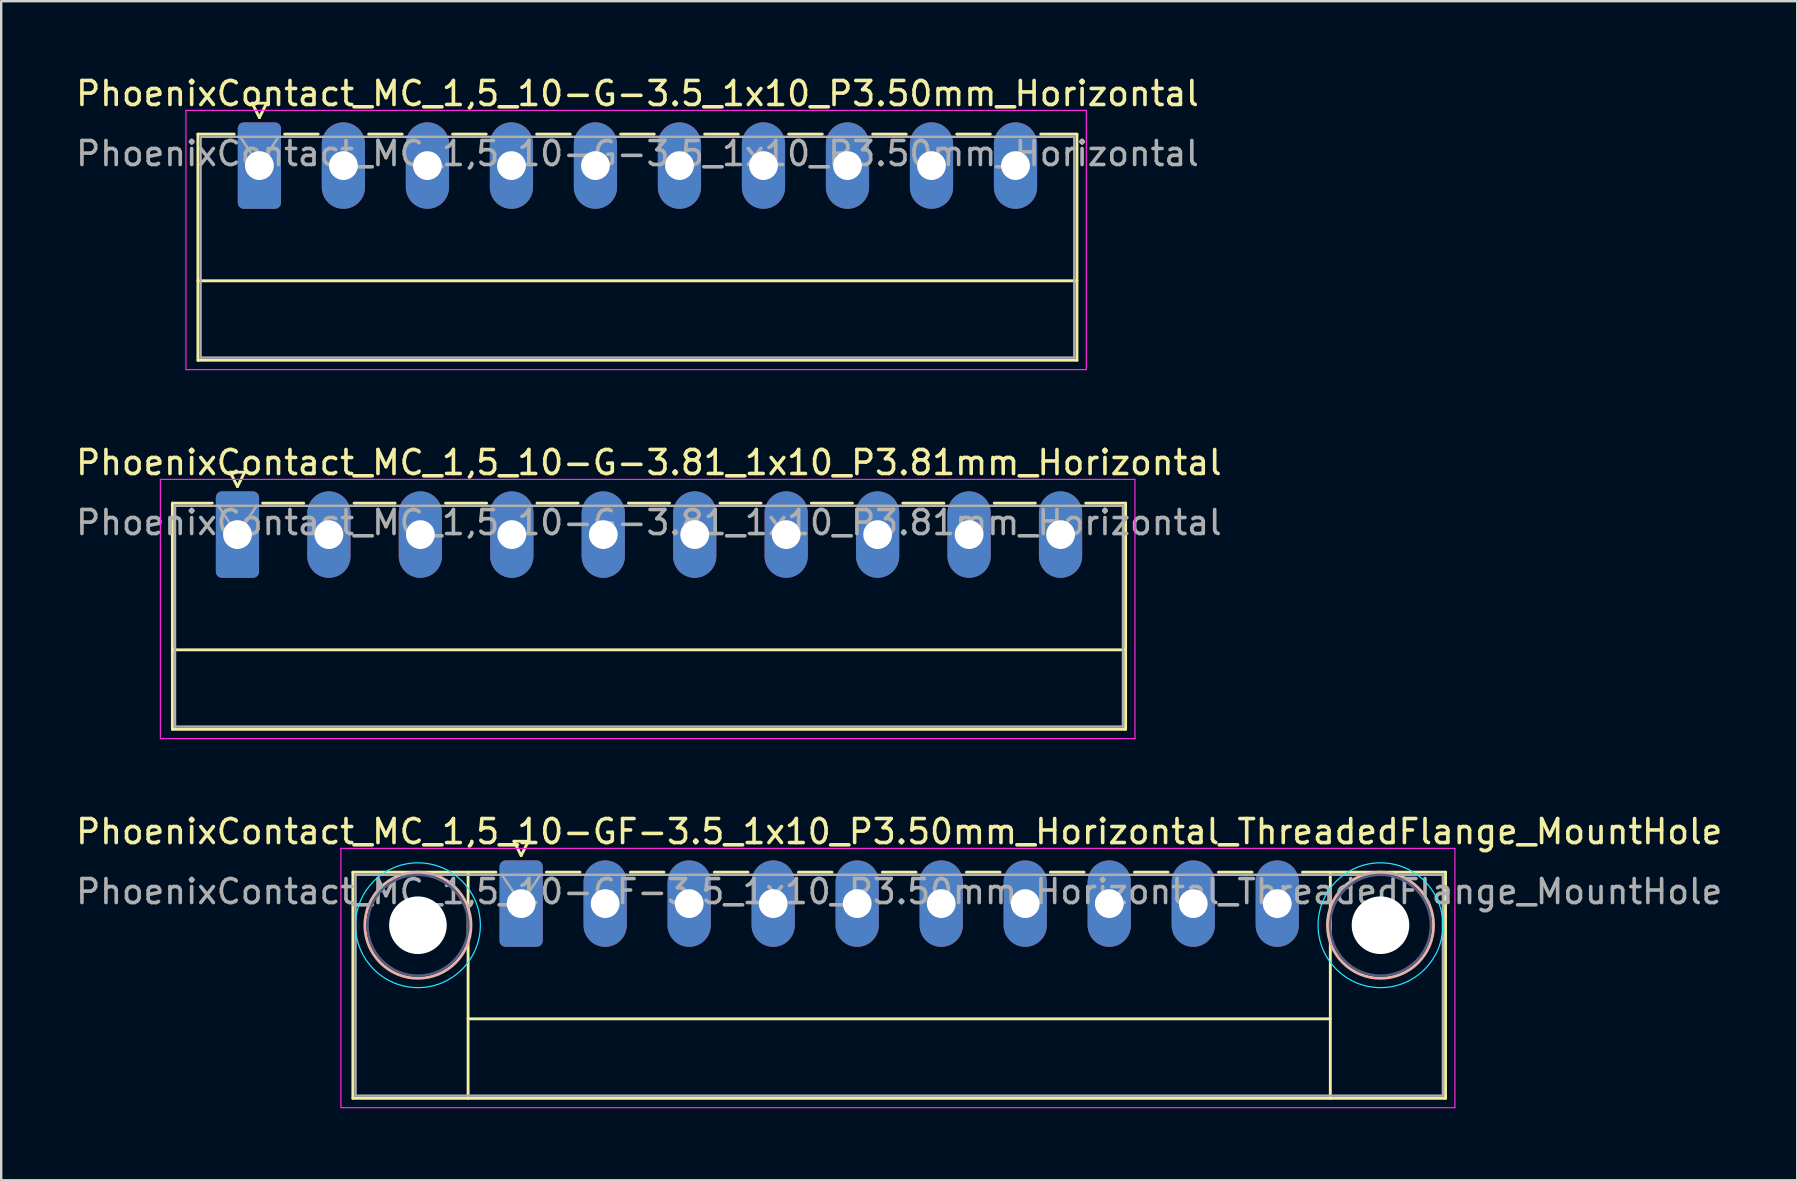
<source format=kicad_pcb>
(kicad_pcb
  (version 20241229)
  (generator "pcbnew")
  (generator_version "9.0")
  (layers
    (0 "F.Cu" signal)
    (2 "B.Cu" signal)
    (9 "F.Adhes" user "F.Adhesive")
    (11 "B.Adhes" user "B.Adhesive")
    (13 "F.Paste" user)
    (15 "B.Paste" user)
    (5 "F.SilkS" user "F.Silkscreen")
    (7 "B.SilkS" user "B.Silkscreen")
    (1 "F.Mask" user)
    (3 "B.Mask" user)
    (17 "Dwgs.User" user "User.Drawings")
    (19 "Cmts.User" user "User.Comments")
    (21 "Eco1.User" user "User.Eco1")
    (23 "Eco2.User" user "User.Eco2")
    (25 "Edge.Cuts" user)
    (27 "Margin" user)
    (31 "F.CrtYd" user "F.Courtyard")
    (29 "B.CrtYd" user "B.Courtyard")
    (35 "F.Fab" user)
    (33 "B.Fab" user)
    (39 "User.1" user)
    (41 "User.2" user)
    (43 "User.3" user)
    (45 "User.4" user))
  (footprint "PhoenixContact_MC_1,5_10-GF-3.5_1x10_P3.50mm_Horizontal_ThreadedFlange_MountHole"
    (layer "F.Cu")
    (at 18.661 34.595)
    (property "Reference" "PhoenixContact_MC_1,5_10-GF-3.5_1x10_P3.50mm_Horizontal_ThreadedFlange_MountHole" (at 15.75 -3 0) (layer "F.SilkS") (effects (font (size 1 1) (thickness 0.15))))
    (attr through_hole)
    (fp_line (start -7.01 -1.31) (end -7.01 8.11) (stroke (width 0.12) (type solid)) (layer "F.SilkS"))
    (fp_line (start -7.01 -1.31) (end -1.05 -1.31) (stroke (width 0.12) (type solid)) (layer "F.SilkS"))
    (fp_line (start -7.01 8.11) (end 38.51 8.11) (stroke (width 0.12) (type solid)) (layer "F.SilkS"))
    (fp_line (start -2.21 -1.31) (end -2.21 8.11) (stroke (width 0.12) (type solid)) (layer "F.SilkS"))
    (fp_line (start -2.21 4.8) (end 33.71 4.8) (stroke (width 0.12) (type solid)) (layer "F.SilkS"))
    (fp_line (start -0.3 -2.6) (end 0.3 -2.6) (stroke (width 0.12) (type solid)) (layer "F.SilkS"))
    (fp_line (start 0 -2) (end -0.3 -2.6) (stroke (width 0.12) (type solid)) (layer "F.SilkS"))
    (fp_line (start 0.3 -2.6) (end 0 -2) (stroke (width 0.12) (type solid)) (layer "F.SilkS"))
    (fp_line (start 1.05 -1.31) (end 2.45 -1.31) (stroke (width 0.12) (type solid)) (layer "F.SilkS"))
    (fp_line (start 4.55 -1.31) (end 5.95 -1.31) (stroke (width 0.12) (type solid)) (layer "F.SilkS"))
    (fp_line (start 8.05 -1.31) (end 9.45 -1.31) (stroke (width 0.12) (type solid)) (layer "F.SilkS"))
    (fp_line (start 11.55 -1.31) (end 12.95 -1.31) (stroke (width 0.12) (type solid)) (layer "F.SilkS"))
    (fp_line (start 15.05 -1.31) (end 16.45 -1.31) (stroke (width 0.12) (type solid)) (layer "F.SilkS"))
    (fp_line (start 18.55 -1.31) (end 19.95 -1.31) (stroke (width 0.12) (type solid)) (layer "F.SilkS"))
    (fp_line (start 22.05 -1.31) (end 23.45 -1.31) (stroke (width 0.12) (type solid)) (layer "F.SilkS"))
    (fp_line (start 25.55 -1.31) (end 26.95 -1.31) (stroke (width 0.12) (type solid)) (layer "F.SilkS"))
    (fp_line (start 29.05 -1.31) (end 30.45 -1.31) (stroke (width 0.12) (type solid)) (layer "F.SilkS"))
    (fp_line (start 33.71 -1.31) (end 33.71 8.11) (stroke (width 0.12) (type solid)) (layer "F.SilkS"))
    (fp_line (start 38.51 -1.31) (end 32.55 -1.31) (stroke (width 0.12) (type solid)) (layer "F.SilkS"))
    (fp_line (start 38.51 8.11) (end 38.51 -1.31) (stroke (width 0.12) (type solid)) (layer "F.SilkS"))
    (fp_circle (center -4.3 0.9) (end -2.09 0.9) (stroke (width 0.12) (type solid)) (fill no) (layer "B.SilkS"))
    (fp_circle (center 35.8 0.9) (end 38.01 0.9) (stroke (width 0.12) (type solid)) (fill no) (layer "B.SilkS"))
    (fp_circle (center -4.3 0.9) (end -1.7 0.9) (stroke (width 0.05) (type solid)) (fill no) (layer "B.CrtYd"))
    (fp_circle (center 35.8 0.9) (end 38.4 0.9) (stroke (width 0.05) (type solid)) (fill no) (layer "B.CrtYd"))
    (fp_line (start -7.51 -2.3) (end -7.51 8.5) (stroke (width 0.05) (type solid)) (layer "F.CrtYd"))
    (fp_line (start -7.51 8.5) (end 38.9 8.5) (stroke (width 0.05) (type solid)) (layer "F.CrtYd"))
    (fp_line (start 38.9 -2.3) (end -7.51 -2.3) (stroke (width 0.05) (type solid)) (layer "F.CrtYd"))
    (fp_line (start 38.9 8.5) (end 38.9 -2.3) (stroke (width 0.05) (type solid)) (layer "F.CrtYd"))
    (fp_circle (center -4.3 0.9) (end -2.2 0.9) (stroke (width 0.1) (type solid)) (fill no) (layer "B.Fab"))
    (fp_circle (center 35.8 0.9) (end 37.9 0.9) (stroke (width 0.1) (type solid)) (fill no) (layer "B.Fab"))
    (fp_line (start -6.9 -1.2) (end -6.9 8) (stroke (width 0.1) (type solid)) (layer "F.Fab"))
    (fp_line (start -6.9 8) (end 38.4 8) (stroke (width 0.1) (type solid)) (layer "F.Fab"))
    (fp_line (start 0 0) (end -0.8 -1.2) (stroke (width 0.1) (type solid)) (layer "F.Fab"))
    (fp_line (start 0.8 -1.2) (end 0 0) (stroke (width 0.1) (type solid)) (layer "F.Fab"))
    (fp_line (start 38.4 -1.2) (end -6.9 -1.2) (stroke (width 0.1) (type solid)) (layer "F.Fab"))
    (fp_line (start 38.4 8) (end 38.4 -1.2) (stroke (width 0.1) (type solid)) (layer "F.Fab"))
    (fp_text user "${REFERENCE}" (at 15.75 -0.5 0) (layer "F.Fab") (effects (font (size 1 1) (thickness 0.15))))
    (pad "" np_thru_hole circle (at -4.3 0.9) (size 2.4 2.4) (drill 2.4) (layers "*.Cu" "*.Mask"))
    (pad "" np_thru_hole circle (at 35.8 0.9) (size 2.4 2.4) (drill 2.4) (layers "*.Cu" "*.Mask"))
    (pad "1" thru_hole roundrect (at 0 0) (size 1.8 3.6) (drill 1.2) (layers "*.Cu" "*.Mask") (roundrect_rratio 0.139))
    (pad "2" thru_hole oval (at 3.5 0) (size 1.8 3.6) (drill 1.2) (layers "*.Cu" "*.Mask"))
    (pad "3" thru_hole oval (at 7 0) (size 1.8 3.6) (drill 1.2) (layers "*.Cu" "*.Mask"))
    (pad "4" thru_hole oval (at 10.5 0) (size 1.8 3.6) (drill 1.2) (layers "*.Cu" "*.Mask"))
    (pad "5" thru_hole oval (at 14 0) (size 1.8 3.6) (drill 1.2) (layers "*.Cu" "*.Mask"))
    (pad "6" thru_hole oval (at 17.5 0) (size 1.8 3.6) (drill 1.2) (layers "*.Cu" "*.Mask"))
    (pad "7" thru_hole oval (at 21 0) (size 1.8 3.6) (drill 1.2) (layers "*.Cu" "*.Mask"))
    (pad "8" thru_hole oval (at 24.5 0) (size 1.8 3.6) (drill 1.2) (layers "*.Cu" "*.Mask"))
    (pad "9" thru_hole oval (at 28 0) (size 1.8 3.6) (drill 1.2) (layers "*.Cu" "*.Mask"))
    (pad "10" thru_hole oval (at 31.5 0) (size 1.8 3.6) (drill 1.2) (layers "*.Cu" "*.Mask")))
  (footprint "PhoenixContact_MC_1,5_10-G-3.5_1x10_P3.50mm_Horizontal"
    (layer "F.Cu")
    (at 7.756 3.848)
    (property "Reference" "PhoenixContact_MC_1,5_10-G-3.5_1x10_P3.50mm_Horizontal" (at 15.75 -3 0) (layer "F.SilkS") (effects (font (size 1 1) (thickness 0.15))))
    (attr through_hole)
    (fp_line (start -2.56 -1.31) (end -2.56 8.11) (stroke (width 0.12) (type solid)) (layer "F.SilkS"))
    (fp_line (start -2.56 -1.31) (end -1.05 -1.31) (stroke (width 0.12) (type solid)) (layer "F.SilkS"))
    (fp_line (start -2.56 4.8) (end 34.06 4.8) (stroke (width 0.12) (type solid)) (layer "F.SilkS"))
    (fp_line (start -2.56 8.11) (end 34.06 8.11) (stroke (width 0.12) (type solid)) (layer "F.SilkS"))
    (fp_line (start -0.3 -2.6) (end 0.3 -2.6) (stroke (width 0.12) (type solid)) (layer "F.SilkS"))
    (fp_line (start 0 -2) (end -0.3 -2.6) (stroke (width 0.12) (type solid)) (layer "F.SilkS"))
    (fp_line (start 0.3 -2.6) (end 0 -2) (stroke (width 0.12) (type solid)) (layer "F.SilkS"))
    (fp_line (start 1.05 -1.31) (end 2.45 -1.31) (stroke (width 0.12) (type solid)) (layer "F.SilkS"))
    (fp_line (start 4.55 -1.31) (end 5.95 -1.31) (stroke (width 0.12) (type solid)) (layer "F.SilkS"))
    (fp_line (start 8.05 -1.31) (end 9.45 -1.31) (stroke (width 0.12) (type solid)) (layer "F.SilkS"))
    (fp_line (start 11.55 -1.31) (end 12.95 -1.31) (stroke (width 0.12) (type solid)) (layer "F.SilkS"))
    (fp_line (start 15.05 -1.31) (end 16.45 -1.31) (stroke (width 0.12) (type solid)) (layer "F.SilkS"))
    (fp_line (start 18.55 -1.31) (end 19.95 -1.31) (stroke (width 0.12) (type solid)) (layer "F.SilkS"))
    (fp_line (start 22.05 -1.31) (end 23.45 -1.31) (stroke (width 0.12) (type solid)) (layer "F.SilkS"))
    (fp_line (start 25.55 -1.31) (end 26.95 -1.31) (stroke (width 0.12) (type solid)) (layer "F.SilkS"))
    (fp_line (start 29.05 -1.31) (end 30.45 -1.31) (stroke (width 0.12) (type solid)) (layer "F.SilkS"))
    (fp_line (start 34.06 -1.31) (end 32.55 -1.31) (stroke (width 0.12) (type solid)) (layer "F.SilkS"))
    (fp_line (start 34.06 8.11) (end 34.06 -1.31) (stroke (width 0.12) (type solid)) (layer "F.SilkS"))
    (fp_line (start -3.06 -2.3) (end -3.06 8.5) (stroke (width 0.05) (type solid)) (layer "F.CrtYd"))
    (fp_line (start -3.06 8.5) (end 34.45 8.5) (stroke (width 0.05) (type solid)) (layer "F.CrtYd"))
    (fp_line (start 34.45 -2.3) (end -3.06 -2.3) (stroke (width 0.05) (type solid)) (layer "F.CrtYd"))
    (fp_line (start 34.45 8.5) (end 34.45 -2.3) (stroke (width 0.05) (type solid)) (layer "F.CrtYd"))
    (fp_line (start -2.45 -1.2) (end -2.45 8) (stroke (width 0.1) (type solid)) (layer "F.Fab"))
    (fp_line (start -2.45 8) (end 33.95 8) (stroke (width 0.1) (type solid)) (layer "F.Fab"))
    (fp_line (start 0 0) (end -0.8 -1.2) (stroke (width 0.1) (type solid)) (layer "F.Fab"))
    (fp_line (start 0.8 -1.2) (end 0 0) (stroke (width 0.1) (type solid)) (layer "F.Fab"))
    (fp_line (start 33.95 -1.2) (end -2.45 -1.2) (stroke (width 0.1) (type solid)) (layer "F.Fab"))
    (fp_line (start 33.95 8) (end 33.95 -1.2) (stroke (width 0.1) (type solid)) (layer "F.Fab"))
    (fp_text user "${REFERENCE}" (at 15.75 -0.5 0) (layer "F.Fab") (effects (font (size 1 1) (thickness 0.15))))
    (pad "1" thru_hole roundrect (at 0 0) (size 1.8 3.6) (drill 1.2) (layers "*.Cu" "*.Mask") (roundrect_rratio 0.139))
    (pad "2" thru_hole oval (at 3.5 0) (size 1.8 3.6) (drill 1.2) (layers "*.Cu" "*.Mask"))
    (pad "3" thru_hole oval (at 7 0) (size 1.8 3.6) (drill 1.2) (layers "*.Cu" "*.Mask"))
    (pad "4" thru_hole oval (at 10.5 0) (size 1.8 3.6) (drill 1.2) (layers "*.Cu" "*.Mask"))
    (pad "5" thru_hole oval (at 14 0) (size 1.8 3.6) (drill 1.2) (layers "*.Cu" "*.Mask"))
    (pad "6" thru_hole oval (at 17.5 0) (size 1.8 3.6) (drill 1.2) (layers "*.Cu" "*.Mask"))
    (pad "7" thru_hole oval (at 21 0) (size 1.8 3.6) (drill 1.2) (layers "*.Cu" "*.Mask"))
    (pad "8" thru_hole oval (at 24.5 0) (size 1.8 3.6) (drill 1.2) (layers "*.Cu" "*.Mask"))
    (pad "9" thru_hole oval (at 28 0) (size 1.8 3.6) (drill 1.2) (layers "*.Cu" "*.Mask"))
    (pad "10" thru_hole oval (at 31.5 0) (size 1.8 3.6) (drill 1.2) (layers "*.Cu" "*.Mask")))
  (footprint "PhoenixContact_MC_1,5_10-G-3.81_1x10_P3.81mm_Horizontal"
    (layer "F.Cu")
    (at 6.842 19.221)
    (property "Reference" "PhoenixContact_MC_1,5_10-G-3.81_1x10_P3.81mm_Horizontal" (at 17.14 -3 0) (layer "F.SilkS") (effects (font (size 1 1) (thickness 0.15))))
    (attr through_hole)
    (fp_line (start -2.71 -1.31) (end -2.71 8.11) (stroke (width 0.12) (type solid)) (layer "F.SilkS"))
    (fp_line (start -2.71 -1.31) (end -1.05 -1.31) (stroke (width 0.12) (type solid)) (layer "F.SilkS"))
    (fp_line (start -2.71 4.8) (end 37 4.8) (stroke (width 0.12) (type solid)) (layer "F.SilkS"))
    (fp_line (start -2.71 8.11) (end 37 8.11) (stroke (width 0.12) (type solid)) (layer "F.SilkS"))
    (fp_line (start -0.3 -2.6) (end 0.3 -2.6) (stroke (width 0.12) (type solid)) (layer "F.SilkS"))
    (fp_line (start 0 -2) (end -0.3 -2.6) (stroke (width 0.12) (type solid)) (layer "F.SilkS"))
    (fp_line (start 0.3 -2.6) (end 0 -2) (stroke (width 0.12) (type solid)) (layer "F.SilkS"))
    (fp_line (start 1.05 -1.31) (end 2.76 -1.31) (stroke (width 0.12) (type solid)) (layer "F.SilkS"))
    (fp_line (start 4.86 -1.31) (end 6.57 -1.31) (stroke (width 0.12) (type solid)) (layer "F.SilkS"))
    (fp_line (start 8.67 -1.31) (end 10.38 -1.31) (stroke (width 0.12) (type solid)) (layer "F.SilkS"))
    (fp_line (start 12.48 -1.31) (end 14.19 -1.31) (stroke (width 0.12) (type solid)) (layer "F.SilkS"))
    (fp_line (start 16.29 -1.31) (end 18 -1.31) (stroke (width 0.12) (type solid)) (layer "F.SilkS"))
    (fp_line (start 20.1 -1.31) (end 21.81 -1.31) (stroke (width 0.12) (type solid)) (layer "F.SilkS"))
    (fp_line (start 23.91 -1.31) (end 25.62 -1.31) (stroke (width 0.12) (type solid)) (layer "F.SilkS"))
    (fp_line (start 27.72 -1.31) (end 29.43 -1.31) (stroke (width 0.12) (type solid)) (layer "F.SilkS"))
    (fp_line (start 31.53 -1.31) (end 33.24 -1.31) (stroke (width 0.12) (type solid)) (layer "F.SilkS"))
    (fp_line (start 37 -1.31) (end 35.34 -1.31) (stroke (width 0.12) (type solid)) (layer "F.SilkS"))
    (fp_line (start 37 8.11) (end 37 -1.31) (stroke (width 0.12) (type solid)) (layer "F.SilkS"))
    (fp_line (start -3.21 -2.3) (end -3.21 8.5) (stroke (width 0.05) (type solid)) (layer "F.CrtYd"))
    (fp_line (start -3.21 8.5) (end 37.39 8.5) (stroke (width 0.05) (type solid)) (layer "F.CrtYd"))
    (fp_line (start 37.39 -2.3) (end -3.21 -2.3) (stroke (width 0.05) (type solid)) (layer "F.CrtYd"))
    (fp_line (start 37.39 8.5) (end 37.39 -2.3) (stroke (width 0.05) (type solid)) (layer "F.CrtYd"))
    (fp_line (start -2.6 -1.2) (end -2.6 8) (stroke (width 0.1) (type solid)) (layer "F.Fab"))
    (fp_line (start -2.6 8) (end 36.89 8) (stroke (width 0.1) (type solid)) (layer "F.Fab"))
    (fp_line (start 0 0) (end -0.8 -1.2) (stroke (width 0.1) (type solid)) (layer "F.Fab"))
    (fp_line (start 0.8 -1.2) (end 0 0) (stroke (width 0.1) (type solid)) (layer "F.Fab"))
    (fp_line (start 36.89 -1.2) (end -2.6 -1.2) (stroke (width 0.1) (type solid)) (layer "F.Fab"))
    (fp_line (start 36.89 8) (end 36.89 -1.2) (stroke (width 0.1) (type solid)) (layer "F.Fab"))
    (fp_text user "${REFERENCE}" (at 17.14 -0.5 0) (layer "F.Fab") (effects (font (size 1 1) (thickness 0.15))))
    (pad "1" thru_hole roundrect (at 0 0) (size 1.8 3.6) (drill 1.2) (layers "*.Cu" "*.Mask") (roundrect_rratio 0.139))
    (pad "2" thru_hole oval (at 3.81 0) (size 1.8 3.6) (drill 1.2) (layers "*.Cu" "*.Mask"))
    (pad "3" thru_hole oval (at 7.62 0) (size 1.8 3.6) (drill 1.2) (layers "*.Cu" "*.Mask"))
    (pad "4" thru_hole oval (at 11.43 0) (size 1.8 3.6) (drill 1.2) (layers "*.Cu" "*.Mask"))
    (pad "5" thru_hole oval (at 15.24 0) (size 1.8 3.6) (drill 1.2) (layers "*.Cu" "*.Mask"))
    (pad "6" thru_hole oval (at 19.05 0) (size 1.8 3.6) (drill 1.2) (layers "*.Cu" "*.Mask"))
    (pad "7" thru_hole oval (at 22.86 0) (size 1.8 3.6) (drill 1.2) (layers "*.Cu" "*.Mask"))
    (pad "8" thru_hole oval (at 26.67 0) (size 1.8 3.6) (drill 1.2) (layers "*.Cu" "*.Mask"))
    (pad "9" thru_hole oval (at 30.48 0) (size 1.8 3.6) (drill 1.2) (layers "*.Cu" "*.Mask"))
    (pad "10" thru_hole oval (at 34.29 0) (size 1.8 3.6) (drill 1.2) (layers "*.Cu" "*.Mask")))
  (gr_rect
    (start -3 -3)
    (end 71.821 46.12)
    (stroke (width 0.1) (type default))
    (fill no)
    (layer "Edge.Cuts")))
</source>
